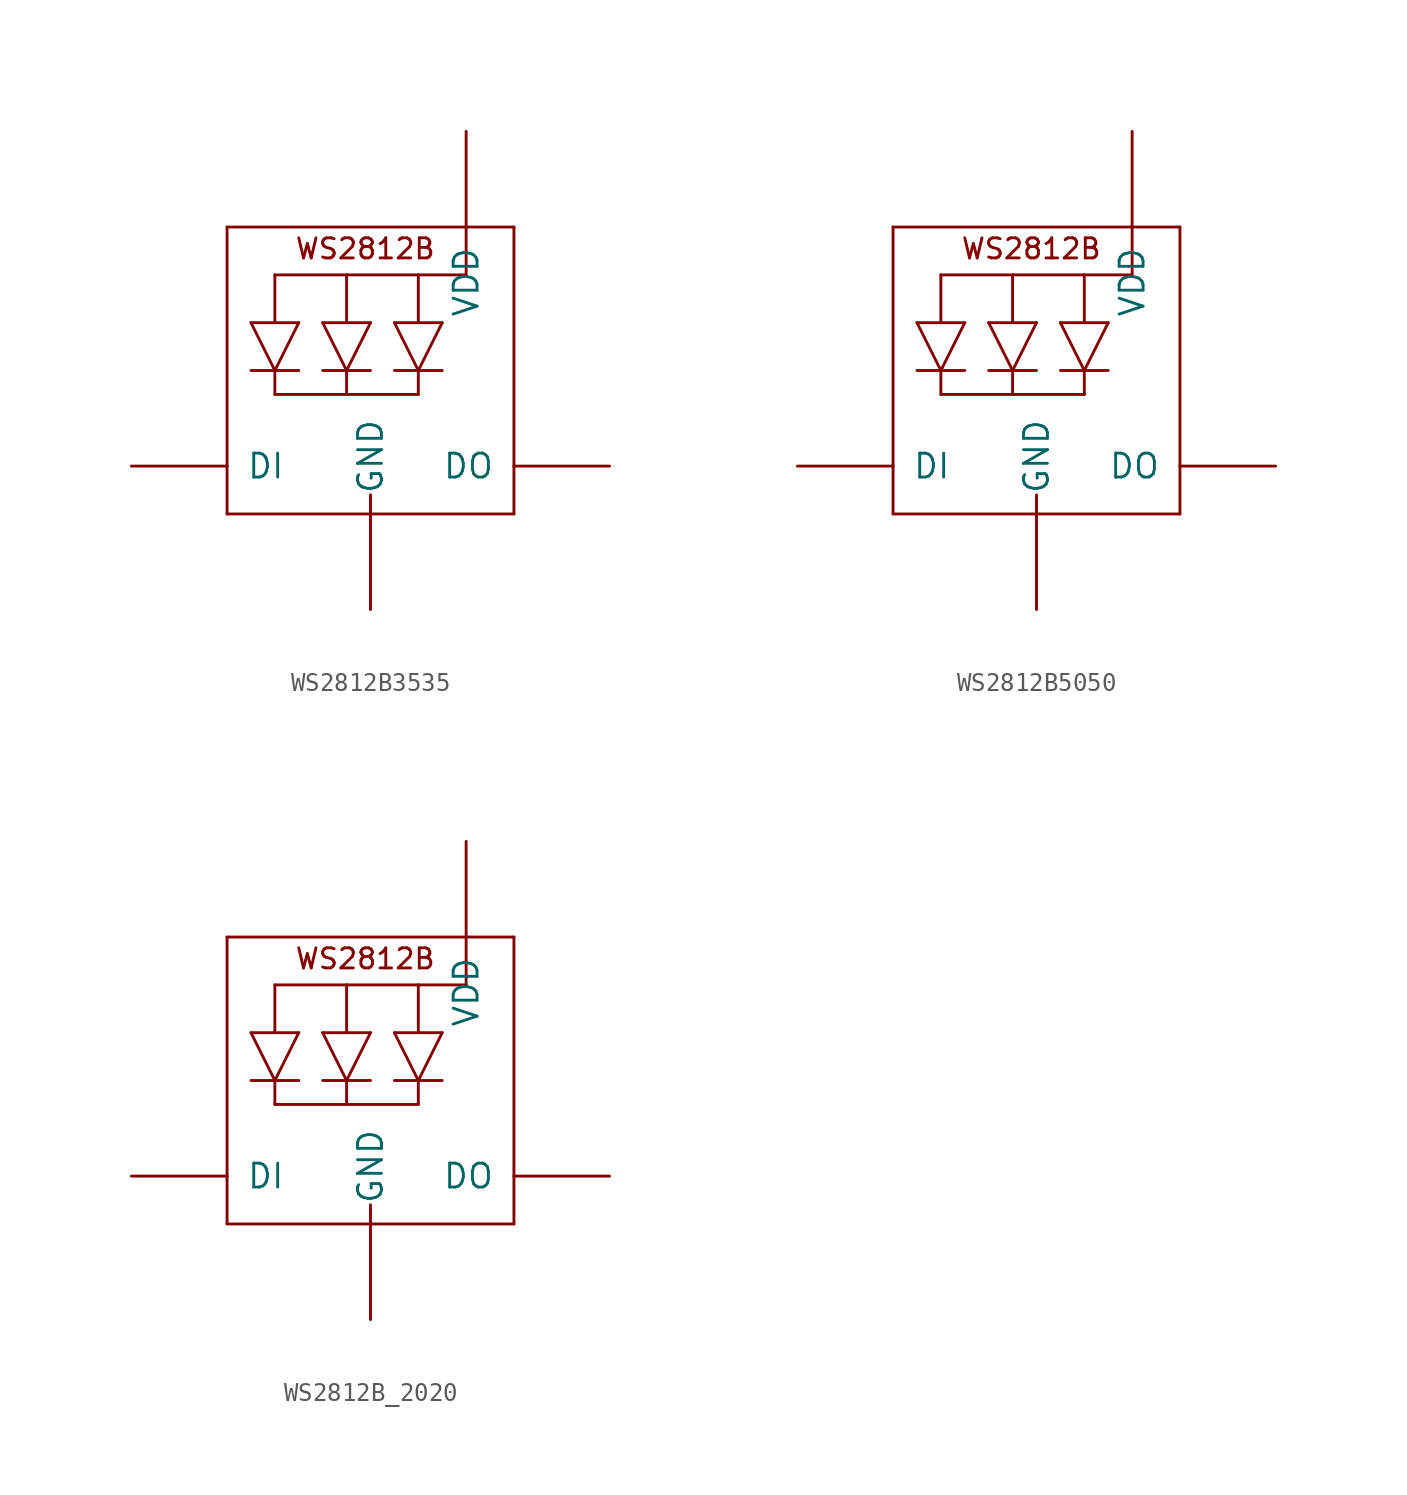
<source format=kicad_sym>
(kicad_symbol_lib
  (version 20211014)
  (generator kicad_symbol_editor)
  (symbol "WS2812B3535"
    (pin_names
      (offset 1.016))
    (property "Reference" "LED"
      (at 0 0 0)
      (effects (font (size 1.27 1.27)) hide))
    (property "ki_locked" ""
      (at 0 0 0)
      (effects (font (size 1.27 1.27))))
    (symbol "WS2812B3535_1_0"
      (polyline (pts (xy -7.62 -5.08) (xy 0 -5.08)) (stroke (width 0) (type default) (color 0 0 0 0)) (fill (type none)))
      (polyline (pts (xy -7.62 -2.54) (xy -7.62 -5.08)) (stroke (width 0) (type default) (color 0 0 0 0)) (fill (type none)))
      (polyline (pts (xy -7.62 10.16) (xy -7.62 -2.54)) (stroke (width 0) (type default) (color 0 0 0 0)) (fill (type none)))
      (polyline (pts (xy -6.35 2.54) (xy -5.08 2.54)) (stroke (width 0) (type default) (color 0 0 0 0)) (fill (type none)))
      (polyline (pts (xy -6.35 5.08) (xy -5.08 5.08)) (stroke (width 0) (type default) (color 0 0 0 0)) (fill (type none)))
      (polyline (pts (xy -5.08 2.54) (xy -6.35 5.08)) (stroke (width 0) (type default) (color 0 0 0 0)) (fill (type none)))
      (polyline (pts (xy -5.08 2.54) (xy -5.08 1.27)) (stroke (width 0) (type default) (color 0 0 0 0)) (fill (type none)))
      (polyline (pts (xy -5.08 2.54) (xy -3.81 5.08)) (stroke (width 0) (type default) (color 0 0 0 0)) (fill (type none)))
      (polyline (pts (xy -5.08 5.08) (xy -3.81 5.08)) (stroke (width 0) (type default) (color 0 0 0 0)) (fill (type none)))
      (polyline (pts (xy -5.08 7.62) (xy -5.08 5.08)) (stroke (width 0) (type default) (color 0 0 0 0)) (fill (type none)))
      (polyline (pts (xy -3.81 2.54) (xy -5.08 2.54)) (stroke (width 0) (type default) (color 0 0 0 0)) (fill (type none)))
      (polyline (pts (xy -2.54 2.54) (xy -1.27 2.54)) (stroke (width 0) (type default) (color 0 0 0 0)) (fill (type none)))
      (polyline (pts (xy -2.54 5.08) (xy 0 5.08)) (stroke (width 0) (type default) (color 0 0 0 0)) (fill (type none)))
      (polyline (pts (xy -1.27 1.27) (xy -5.08 1.27)) (stroke (width 0) (type default) (color 0 0 0 0)) (fill (type none)))
      (polyline (pts (xy -1.27 2.54) (xy -2.54 5.08)) (stroke (width 0) (type default) (color 0 0 0 0)) (fill (type none)))
      (polyline (pts (xy -1.27 2.54) (xy -1.27 1.27)) (stroke (width 0) (type default) (color 0 0 0 0)) (fill (type none)))
      (polyline (pts (xy -1.27 2.54) (xy 0 2.54)) (stroke (width 0) (type default) (color 0 0 0 0)) (fill (type none)))
      (polyline (pts (xy -1.27 5.08) (xy -1.27 7.62)) (stroke (width 0) (type default) (color 0 0 0 0)) (fill (type none)))
      (polyline (pts (xy -1.27 7.62) (xy -5.08 7.62)) (stroke (width 0) (type default) (color 0 0 0 0)) (fill (type none)))
      (polyline (pts (xy 0 -5.08) (xy 7.62 -5.08)) (stroke (width 0) (type default) (color 0 0 0 0)) (fill (type none)))
      (polyline (pts (xy 0 -4.064) (xy 0 -5.08)) (stroke (width 0) (type default) (color 0 0 0 0)) (fill (type none)))
      (polyline (pts (xy 0 5.08) (xy -1.27 2.54)) (stroke (width 0) (type default) (color 0 0 0 0)) (fill (type none)))
      (polyline (pts (xy 1.27 5.08) (xy 2.54 2.54)) (stroke (width 0) (type default) (color 0 0 0 0)) (fill (type none)))
      (polyline (pts (xy 1.27 5.08) (xy 2.54 5.08)) (stroke (width 0) (type default) (color 0 0 0 0)) (fill (type none)))
      (polyline (pts (xy 2.54 1.27) (xy -1.27 1.27)) (stroke (width 0) (type default) (color 0 0 0 0)) (fill (type none)))
      (polyline (pts (xy 2.54 2.54) (xy 1.27 2.54)) (stroke (width 0) (type default) (color 0 0 0 0)) (fill (type none)))
      (polyline (pts (xy 2.54 2.54) (xy 2.54 1.27)) (stroke (width 0) (type default) (color 0 0 0 0)) (fill (type none)))
      (polyline (pts (xy 2.54 2.54) (xy 3.81 2.54)) (stroke (width 0) (type default) (color 0 0 0 0)) (fill (type none)))
      (polyline (pts (xy 2.54 2.54) (xy 3.81 5.08)) (stroke (width 0) (type default) (color 0 0 0 0)) (fill (type none)))
      (polyline (pts (xy 2.54 5.08) (xy 2.54 7.62)) (stroke (width 0) (type default) (color 0 0 0 0)) (fill (type none)))
      (polyline (pts (xy 2.54 7.62) (xy -1.27 7.62)) (stroke (width 0) (type default) (color 0 0 0 0)) (fill (type none)))
      (polyline (pts (xy 2.54 7.62) (xy 5.08 7.62)) (stroke (width 0) (type default) (color 0 0 0 0)) (fill (type none)))
      (polyline (pts (xy 3.81 5.08) (xy 2.54 5.08)) (stroke (width 0) (type default) (color 0 0 0 0)) (fill (type none)))
      (polyline (pts (xy 5.08 10.16) (xy -7.62 10.16)) (stroke (width 0) (type default) (color 0 0 0 0)) (fill (type none)))
      (polyline (pts (xy 5.08 10.16) (xy 5.08 7.62)) (stroke (width 0) (type default) (color 0 0 0 0)) (fill (type none)))
      (polyline (pts (xy 7.62 -5.08) (xy 7.62 -2.54)) (stroke (width 0) (type default) (color 0 0 0 0)) (fill (type none)))
      (polyline (pts (xy 7.62 -2.54) (xy 7.62 10.16)) (stroke (width 0) (type default) (color 0 0 0 0)) (fill (type none)))
      (polyline (pts (xy 7.62 10.16) (xy 5.08 10.16)) (stroke (width 0) (type default) (color 0 0 0 0)) (fill (type none)))
      (text "WS2812B" (at -4.064 8.382 0) (effects (font (size 1.067 1.067)) (justify left bottom)))
      (pin input line (at -12.7 -2.54 0) (length 5.08) (name "DI" (effects (font (size 1.27 1.27)))) (number "1" (effects (font (size 0 0)))))
      (pin power_in line (at 5.08 15.24 270) (length 5.08) (name "VDD" (effects (font (size 1.27 1.27)))) (number "2" (effects (font (size 0 0)))))
      (pin output line (at 12.7 -2.54 180) (length 5.08) (name "DO" (effects (font (size 1.27 1.27)))) (number "3" (effects (font (size 0 0)))))
      (pin power_in line (at 0 -10.16 90) (length 5.08) (name "GND" (effects (font (size 1.27 1.27)))) (number "4" (effects (font (size 0 0)))))))
  (symbol "WS2812B5050"
    (pin_names
      (offset 1.016))
    (property "Reference" "LED"
      (at 0 0 0)
      (effects (font (size 1.27 1.27)) hide))
    (property "ki_locked" ""
      (at 0 0 0)
      (effects (font (size 1.27 1.27))))
    (symbol "WS2812B5050_1_0"
      (polyline (pts (xy -7.62 -5.08) (xy 0 -5.08)) (stroke (width 0) (type default) (color 0 0 0 0)) (fill (type none)))
      (polyline (pts (xy -7.62 -2.54) (xy -7.62 -5.08)) (stroke (width 0) (type default) (color 0 0 0 0)) (fill (type none)))
      (polyline (pts (xy -7.62 10.16) (xy -7.62 -2.54)) (stroke (width 0) (type default) (color 0 0 0 0)) (fill (type none)))
      (polyline (pts (xy -6.35 2.54) (xy -5.08 2.54)) (stroke (width 0) (type default) (color 0 0 0 0)) (fill (type none)))
      (polyline (pts (xy -6.35 5.08) (xy -5.08 5.08)) (stroke (width 0) (type default) (color 0 0 0 0)) (fill (type none)))
      (polyline (pts (xy -5.08 2.54) (xy -6.35 5.08)) (stroke (width 0) (type default) (color 0 0 0 0)) (fill (type none)))
      (polyline (pts (xy -5.08 2.54) (xy -5.08 1.27)) (stroke (width 0) (type default) (color 0 0 0 0)) (fill (type none)))
      (polyline (pts (xy -5.08 2.54) (xy -3.81 5.08)) (stroke (width 0) (type default) (color 0 0 0 0)) (fill (type none)))
      (polyline (pts (xy -5.08 5.08) (xy -3.81 5.08)) (stroke (width 0) (type default) (color 0 0 0 0)) (fill (type none)))
      (polyline (pts (xy -5.08 7.62) (xy -5.08 5.08)) (stroke (width 0) (type default) (color 0 0 0 0)) (fill (type none)))
      (polyline (pts (xy -3.81 2.54) (xy -5.08 2.54)) (stroke (width 0) (type default) (color 0 0 0 0)) (fill (type none)))
      (polyline (pts (xy -2.54 2.54) (xy -1.27 2.54)) (stroke (width 0) (type default) (color 0 0 0 0)) (fill (type none)))
      (polyline (pts (xy -2.54 5.08) (xy 0 5.08)) (stroke (width 0) (type default) (color 0 0 0 0)) (fill (type none)))
      (polyline (pts (xy -1.27 1.27) (xy -5.08 1.27)) (stroke (width 0) (type default) (color 0 0 0 0)) (fill (type none)))
      (polyline (pts (xy -1.27 2.54) (xy -2.54 5.08)) (stroke (width 0) (type default) (color 0 0 0 0)) (fill (type none)))
      (polyline (pts (xy -1.27 2.54) (xy -1.27 1.27)) (stroke (width 0) (type default) (color 0 0 0 0)) (fill (type none)))
      (polyline (pts (xy -1.27 2.54) (xy 0 2.54)) (stroke (width 0) (type default) (color 0 0 0 0)) (fill (type none)))
      (polyline (pts (xy -1.27 5.08) (xy -1.27 7.62)) (stroke (width 0) (type default) (color 0 0 0 0)) (fill (type none)))
      (polyline (pts (xy -1.27 7.62) (xy -5.08 7.62)) (stroke (width 0) (type default) (color 0 0 0 0)) (fill (type none)))
      (polyline (pts (xy 0 -5.08) (xy 7.62 -5.08)) (stroke (width 0) (type default) (color 0 0 0 0)) (fill (type none)))
      (polyline (pts (xy 0 -4.064) (xy 0 -5.08)) (stroke (width 0) (type default) (color 0 0 0 0)) (fill (type none)))
      (polyline (pts (xy 0 5.08) (xy -1.27 2.54)) (stroke (width 0) (type default) (color 0 0 0 0)) (fill (type none)))
      (polyline (pts (xy 1.27 5.08) (xy 2.54 2.54)) (stroke (width 0) (type default) (color 0 0 0 0)) (fill (type none)))
      (polyline (pts (xy 1.27 5.08) (xy 2.54 5.08)) (stroke (width 0) (type default) (color 0 0 0 0)) (fill (type none)))
      (polyline (pts (xy 2.54 1.27) (xy -1.27 1.27)) (stroke (width 0) (type default) (color 0 0 0 0)) (fill (type none)))
      (polyline (pts (xy 2.54 2.54) (xy 1.27 2.54)) (stroke (width 0) (type default) (color 0 0 0 0)) (fill (type none)))
      (polyline (pts (xy 2.54 2.54) (xy 2.54 1.27)) (stroke (width 0) (type default) (color 0 0 0 0)) (fill (type none)))
      (polyline (pts (xy 2.54 2.54) (xy 3.81 2.54)) (stroke (width 0) (type default) (color 0 0 0 0)) (fill (type none)))
      (polyline (pts (xy 2.54 2.54) (xy 3.81 5.08)) (stroke (width 0) (type default) (color 0 0 0 0)) (fill (type none)))
      (polyline (pts (xy 2.54 5.08) (xy 2.54 7.62)) (stroke (width 0) (type default) (color 0 0 0 0)) (fill (type none)))
      (polyline (pts (xy 2.54 7.62) (xy -1.27 7.62)) (stroke (width 0) (type default) (color 0 0 0 0)) (fill (type none)))
      (polyline (pts (xy 2.54 7.62) (xy 5.08 7.62)) (stroke (width 0) (type default) (color 0 0 0 0)) (fill (type none)))
      (polyline (pts (xy 3.81 5.08) (xy 2.54 5.08)) (stroke (width 0) (type default) (color 0 0 0 0)) (fill (type none)))
      (polyline (pts (xy 5.08 10.16) (xy -7.62 10.16)) (stroke (width 0) (type default) (color 0 0 0 0)) (fill (type none)))
      (polyline (pts (xy 5.08 10.16) (xy 5.08 7.62)) (stroke (width 0) (type default) (color 0 0 0 0)) (fill (type none)))
      (polyline (pts (xy 7.62 -5.08) (xy 7.62 -2.54)) (stroke (width 0) (type default) (color 0 0 0 0)) (fill (type none)))
      (polyline (pts (xy 7.62 -2.54) (xy 7.62 10.16)) (stroke (width 0) (type default) (color 0 0 0 0)) (fill (type none)))
      (polyline (pts (xy 7.62 10.16) (xy 5.08 10.16)) (stroke (width 0) (type default) (color 0 0 0 0)) (fill (type none)))
      (text "WS2812B" (at -4.064 8.382 0) (effects (font (size 1.067 1.067)) (justify left bottom)))
      (pin power_in line (at 5.08 15.24 270) (length 5.08) (name "VDD" (effects (font (size 1.27 1.27)))) (number "1-VDD" (effects (font (size 0 0)))))
      (pin output line (at 12.7 -2.54 180) (length 5.08) (name "DO" (effects (font (size 1.27 1.27)))) (number "2-DOUT" (effects (font (size 0 0)))))
      (pin power_in line (at 0 -10.16 90) (length 5.08) (name "GND" (effects (font (size 1.27 1.27)))) (number "3-GND" (effects (font (size 0 0)))))
      (pin input line (at -12.7 -2.54 0) (length 5.08) (name "DI" (effects (font (size 1.27 1.27)))) (number "4-DIN" (effects (font (size 0 0)))))))
  (symbol "WS2812B_2020"
    (pin_names
      (offset 1.016))
    (property "Reference" "LED"
      (at 0 0 0)
      (effects (font (size 1.27 1.27)) hide))
    (property "ki_locked" ""
      (at 0 0 0)
      (effects (font (size 1.27 1.27))))
    (symbol "WS2812B_2020_1_0"
      (polyline (pts (xy -7.62 -5.08) (xy 0 -5.08)) (stroke (width 0) (type default) (color 0 0 0 0)) (fill (type none)))
      (polyline (pts (xy -7.62 -2.54) (xy -7.62 -5.08)) (stroke (width 0) (type default) (color 0 0 0 0)) (fill (type none)))
      (polyline (pts (xy -7.62 10.16) (xy -7.62 -2.54)) (stroke (width 0) (type default) (color 0 0 0 0)) (fill (type none)))
      (polyline (pts (xy -6.35 2.54) (xy -5.08 2.54)) (stroke (width 0) (type default) (color 0 0 0 0)) (fill (type none)))
      (polyline (pts (xy -6.35 5.08) (xy -5.08 5.08)) (stroke (width 0) (type default) (color 0 0 0 0)) (fill (type none)))
      (polyline (pts (xy -5.08 2.54) (xy -6.35 5.08)) (stroke (width 0) (type default) (color 0 0 0 0)) (fill (type none)))
      (polyline (pts (xy -5.08 2.54) (xy -5.08 1.27)) (stroke (width 0) (type default) (color 0 0 0 0)) (fill (type none)))
      (polyline (pts (xy -5.08 2.54) (xy -3.81 5.08)) (stroke (width 0) (type default) (color 0 0 0 0)) (fill (type none)))
      (polyline (pts (xy -5.08 5.08) (xy -3.81 5.08)) (stroke (width 0) (type default) (color 0 0 0 0)) (fill (type none)))
      (polyline (pts (xy -5.08 7.62) (xy -5.08 5.08)) (stroke (width 0) (type default) (color 0 0 0 0)) (fill (type none)))
      (polyline (pts (xy -3.81 2.54) (xy -5.08 2.54)) (stroke (width 0) (type default) (color 0 0 0 0)) (fill (type none)))
      (polyline (pts (xy -2.54 2.54) (xy -1.27 2.54)) (stroke (width 0) (type default) (color 0 0 0 0)) (fill (type none)))
      (polyline (pts (xy -2.54 5.08) (xy 0 5.08)) (stroke (width 0) (type default) (color 0 0 0 0)) (fill (type none)))
      (polyline (pts (xy -1.27 1.27) (xy -5.08 1.27)) (stroke (width 0) (type default) (color 0 0 0 0)) (fill (type none)))
      (polyline (pts (xy -1.27 2.54) (xy -2.54 5.08)) (stroke (width 0) (type default) (color 0 0 0 0)) (fill (type none)))
      (polyline (pts (xy -1.27 2.54) (xy -1.27 1.27)) (stroke (width 0) (type default) (color 0 0 0 0)) (fill (type none)))
      (polyline (pts (xy -1.27 2.54) (xy 0 2.54)) (stroke (width 0) (type default) (color 0 0 0 0)) (fill (type none)))
      (polyline (pts (xy -1.27 5.08) (xy -1.27 7.62)) (stroke (width 0) (type default) (color 0 0 0 0)) (fill (type none)))
      (polyline (pts (xy -1.27 7.62) (xy -5.08 7.62)) (stroke (width 0) (type default) (color 0 0 0 0)) (fill (type none)))
      (polyline (pts (xy 0 -5.08) (xy 7.62 -5.08)) (stroke (width 0) (type default) (color 0 0 0 0)) (fill (type none)))
      (polyline (pts (xy 0 -4.064) (xy 0 -5.08)) (stroke (width 0) (type default) (color 0 0 0 0)) (fill (type none)))
      (polyline (pts (xy 0 5.08) (xy -1.27 2.54)) (stroke (width 0) (type default) (color 0 0 0 0)) (fill (type none)))
      (polyline (pts (xy 1.27 5.08) (xy 2.54 2.54)) (stroke (width 0) (type default) (color 0 0 0 0)) (fill (type none)))
      (polyline (pts (xy 1.27 5.08) (xy 2.54 5.08)) (stroke (width 0) (type default) (color 0 0 0 0)) (fill (type none)))
      (polyline (pts (xy 2.54 1.27) (xy -1.27 1.27)) (stroke (width 0) (type default) (color 0 0 0 0)) (fill (type none)))
      (polyline (pts (xy 2.54 2.54) (xy 1.27 2.54)) (stroke (width 0) (type default) (color 0 0 0 0)) (fill (type none)))
      (polyline (pts (xy 2.54 2.54) (xy 2.54 1.27)) (stroke (width 0) (type default) (color 0 0 0 0)) (fill (type none)))
      (polyline (pts (xy 2.54 2.54) (xy 3.81 2.54)) (stroke (width 0) (type default) (color 0 0 0 0)) (fill (type none)))
      (polyline (pts (xy 2.54 2.54) (xy 3.81 5.08)) (stroke (width 0) (type default) (color 0 0 0 0)) (fill (type none)))
      (polyline (pts (xy 2.54 5.08) (xy 2.54 7.62)) (stroke (width 0) (type default) (color 0 0 0 0)) (fill (type none)))
      (polyline (pts (xy 2.54 7.62) (xy -1.27 7.62)) (stroke (width 0) (type default) (color 0 0 0 0)) (fill (type none)))
      (polyline (pts (xy 2.54 7.62) (xy 5.08 7.62)) (stroke (width 0) (type default) (color 0 0 0 0)) (fill (type none)))
      (polyline (pts (xy 3.81 5.08) (xy 2.54 5.08)) (stroke (width 0) (type default) (color 0 0 0 0)) (fill (type none)))
      (polyline (pts (xy 5.08 10.16) (xy -7.62 10.16)) (stroke (width 0) (type default) (color 0 0 0 0)) (fill (type none)))
      (polyline (pts (xy 5.08 10.16) (xy 5.08 7.62)) (stroke (width 0) (type default) (color 0 0 0 0)) (fill (type none)))
      (polyline (pts (xy 7.62 -5.08) (xy 7.62 -2.54)) (stroke (width 0) (type default) (color 0 0 0 0)) (fill (type none)))
      (polyline (pts (xy 7.62 -2.54) (xy 7.62 10.16)) (stroke (width 0) (type default) (color 0 0 0 0)) (fill (type none)))
      (polyline (pts (xy 7.62 10.16) (xy 5.08 10.16)) (stroke (width 0) (type default) (color 0 0 0 0)) (fill (type none)))
      (text "WS2812B" (at -4.064 8.382 0) (effects (font (size 1.067 1.067)) (justify left bottom)))
      (pin output line (at 12.7 -2.54 180) (length 5.08) (name "DO" (effects (font (size 1.27 1.27)))) (number "1" (effects (font (size 0 0)))))
      (pin power_in line (at 0 -10.16 90) (length 5.08) (name "GND" (effects (font (size 1.27 1.27)))) (number "2" (effects (font (size 0 0)))))
      (pin input line (at -12.7 -2.54 0) (length 5.08) (name "DI" (effects (font (size 1.27 1.27)))) (number "3" (effects (font (size 0 0)))))
      (pin power_in line (at 5.08 15.24 270) (length 5.08) (name "VDD" (effects (font (size 1.27 1.27)))) (number "4" (effects (font (size 0 0))))))))
</source>
